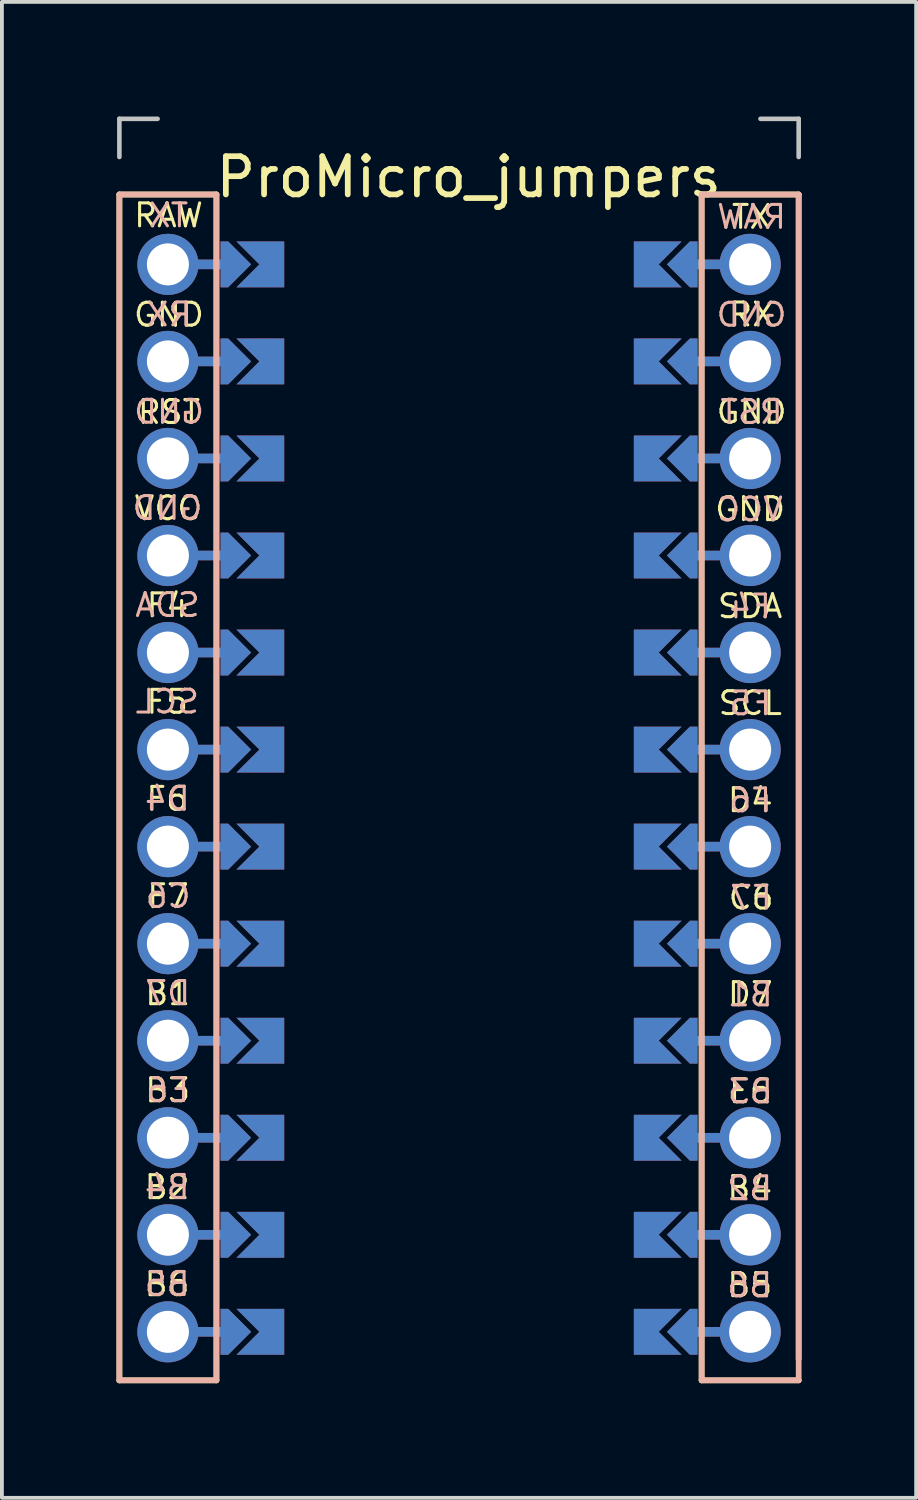
<source format=kicad_pcb>
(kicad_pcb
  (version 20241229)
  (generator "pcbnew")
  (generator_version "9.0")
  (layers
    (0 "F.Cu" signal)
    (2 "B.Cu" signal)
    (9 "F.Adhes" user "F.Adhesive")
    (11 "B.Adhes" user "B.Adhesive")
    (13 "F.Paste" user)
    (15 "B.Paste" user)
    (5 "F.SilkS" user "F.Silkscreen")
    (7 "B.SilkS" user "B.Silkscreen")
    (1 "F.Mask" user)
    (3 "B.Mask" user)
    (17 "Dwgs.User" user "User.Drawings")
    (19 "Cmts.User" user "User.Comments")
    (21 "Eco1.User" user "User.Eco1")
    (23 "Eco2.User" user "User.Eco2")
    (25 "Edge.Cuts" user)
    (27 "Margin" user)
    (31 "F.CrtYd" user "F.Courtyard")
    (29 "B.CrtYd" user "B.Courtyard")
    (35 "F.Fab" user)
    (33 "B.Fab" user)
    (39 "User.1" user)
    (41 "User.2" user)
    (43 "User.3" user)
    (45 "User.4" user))
  (footprint "ProMicro_jumpers"
    (layer "F.Cu")
    (at 8.965 17.84)
    (property "Reference" "ProMicro_jumpers" (at 0.254 -16.256 0) (layer "F.SilkS") (effects (font (size 1 1) (thickness 0.15))))
    (fp_poly (pts (xy -5.08 -14.478) (xy -5.08 -13.462) (xy -6.096 -13.462) (xy -6.096 -14.478)) (stroke (width 0.1) (type solid)) (fill yes) (layer "F.Mask"))
    (fp_poly (pts (xy -5.08 -11.938) (xy -5.08 -10.922) (xy -6.096 -10.922) (xy -6.096 -11.938)) (stroke (width 0.1) (type solid)) (fill yes) (layer "F.Mask"))
    (fp_poly (pts (xy -5.08 -9.398) (xy -5.08 -8.382) (xy -6.096 -8.382) (xy -6.096 -9.398)) (stroke (width 0.1) (type solid)) (fill yes) (layer "F.Mask"))
    (fp_poly (pts (xy -5.08 -6.858) (xy -5.08 -5.842) (xy -6.096 -5.842) (xy -6.096 -6.858)) (stroke (width 0.1) (type solid)) (fill yes) (layer "F.Mask"))
    (fp_poly (pts (xy -5.08 -4.318) (xy -5.08 -3.302) (xy -6.096 -3.302) (xy -6.096 -4.318)) (stroke (width 0.1) (type solid)) (fill yes) (layer "F.Mask"))
    (fp_poly (pts (xy -5.08 -1.778) (xy -5.08 -0.762) (xy -6.096 -0.762) (xy -6.096 -1.778)) (stroke (width 0.1) (type solid)) (fill yes) (layer "F.Mask"))
    (fp_poly (pts (xy -5.08 0.762) (xy -5.08 1.778) (xy -6.096 1.778) (xy -6.096 0.762)) (stroke (width 0.1) (type solid)) (fill yes) (layer "F.Mask"))
    (fp_poly (pts (xy -5.08 3.302) (xy -5.08 4.318) (xy -6.096 4.318) (xy -6.096 3.302)) (stroke (width 0.1) (type solid)) (fill yes) (layer "F.Mask"))
    (fp_poly (pts (xy -5.08 5.842) (xy -5.08 6.858) (xy -6.096 6.858) (xy -6.096 5.842)) (stroke (width 0.1) (type solid)) (fill yes) (layer "F.Mask"))
    (fp_poly (pts (xy -5.08 8.382) (xy -5.08 9.398) (xy -6.096 9.398) (xy -6.096 8.382)) (stroke (width 0.1) (type solid)) (fill yes) (layer "F.Mask"))
    (fp_poly (pts (xy -5.08 10.922) (xy -5.08 11.938) (xy -6.096 11.938) (xy -6.096 10.922)) (stroke (width 0.1) (type solid)) (fill yes) (layer "F.Mask"))
    (fp_poly (pts (xy -5.08 13.462) (xy -5.08 14.478) (xy -6.096 14.478) (xy -6.096 13.462)) (stroke (width 0.1) (type solid)) (fill yes) (layer "F.Mask"))
    (fp_poly (pts (xy 5.08 -13.462) (xy 5.08 -14.478) (xy 6.096 -14.478) (xy 6.096 -13.462)) (stroke (width 0.1) (type solid)) (fill yes) (layer "F.Mask"))
    (fp_poly (pts (xy 5.08 -10.922) (xy 5.08 -11.938) (xy 6.096 -11.938) (xy 6.096 -10.922)) (stroke (width 0.1) (type solid)) (fill yes) (layer "F.Mask"))
    (fp_poly (pts (xy 5.08 -8.382) (xy 5.08 -9.398) (xy 6.096 -9.398) (xy 6.096 -8.382)) (stroke (width 0.1) (type solid)) (fill yes) (layer "F.Mask"))
    (fp_poly (pts (xy 5.08 -5.842) (xy 5.08 -6.858) (xy 6.096 -6.858) (xy 6.096 -5.842)) (stroke (width 0.1) (type solid)) (fill yes) (layer "F.Mask"))
    (fp_poly (pts (xy 5.08 -3.302) (xy 5.08 -4.318) (xy 6.096 -4.318) (xy 6.096 -3.302)) (stroke (width 0.1) (type solid)) (fill yes) (layer "F.Mask"))
    (fp_poly (pts (xy 5.08 -0.762) (xy 5.08 -1.778) (xy 6.096 -1.778) (xy 6.096 -0.762)) (stroke (width 0.1) (type solid)) (fill yes) (layer "F.Mask"))
    (fp_poly (pts (xy 5.08 1.778) (xy 5.08 0.762) (xy 6.096 0.762) (xy 6.096 1.778)) (stroke (width 0.1) (type solid)) (fill yes) (layer "F.Mask"))
    (fp_poly (pts (xy 5.08 4.318) (xy 5.08 3.302) (xy 6.096 3.302) (xy 6.096 4.318)) (stroke (width 0.1) (type solid)) (fill yes) (layer "F.Mask"))
    (fp_poly (pts (xy 5.08 6.858) (xy 5.08 5.842) (xy 6.096 5.842) (xy 6.096 6.858)) (stroke (width 0.1) (type solid)) (fill yes) (layer "F.Mask"))
    (fp_poly (pts (xy 5.08 9.398) (xy 5.08 8.382) (xy 6.096 8.382) (xy 6.096 9.398)) (stroke (width 0.1) (type solid)) (fill yes) (layer "F.Mask"))
    (fp_poly (pts (xy 5.08 11.938) (xy 5.08 10.922) (xy 6.096 10.922) (xy 6.096 11.938)) (stroke (width 0.1) (type solid)) (fill yes) (layer "F.Mask"))
    (fp_poly (pts (xy 5.08 14.478) (xy 5.08 13.462) (xy 6.096 13.462) (xy 6.096 14.478)) (stroke (width 0.1) (type solid)) (fill yes) (layer "F.Mask"))
    (fp_poly (pts (xy -5.08 -14.478) (xy -5.08 -13.462) (xy -6.096 -13.462) (xy -6.096 -14.478)) (stroke (width 0.1) (type solid)) (fill yes) (layer "B.Mask"))
    (fp_poly (pts (xy -5.08 -11.938) (xy -5.08 -10.922) (xy -6.096 -10.922) (xy -6.096 -11.938)) (stroke (width 0.1) (type solid)) (fill yes) (layer "B.Mask"))
    (fp_poly (pts (xy -5.08 -9.398) (xy -5.08 -8.382) (xy -6.096 -8.382) (xy -6.096 -9.398)) (stroke (width 0.1) (type solid)) (fill yes) (layer "B.Mask"))
    (fp_poly (pts (xy -5.08 -6.858) (xy -5.08 -5.842) (xy -6.096 -5.842) (xy -6.096 -6.858)) (stroke (width 0.1) (type solid)) (fill yes) (layer "B.Mask"))
    (fp_poly (pts (xy -5.08 -4.318) (xy -5.08 -3.302) (xy -6.096 -3.302) (xy -6.096 -4.318)) (stroke (width 0.1) (type solid)) (fill yes) (layer "B.Mask"))
    (fp_poly (pts (xy -5.08 -1.778) (xy -5.08 -0.762) (xy -6.096 -0.762) (xy -6.096 -1.778)) (stroke (width 0.1) (type solid)) (fill yes) (layer "B.Mask"))
    (fp_poly (pts (xy -5.08 0.762) (xy -5.08 1.778) (xy -6.096 1.778) (xy -6.096 0.762)) (stroke (width 0.1) (type solid)) (fill yes) (layer "B.Mask"))
    (fp_poly (pts (xy -5.08 3.302) (xy -5.08 4.318) (xy -6.096 4.318) (xy -6.096 3.302)) (stroke (width 0.1) (type solid)) (fill yes) (layer "B.Mask"))
    (fp_poly (pts (xy -5.08 5.842) (xy -5.08 6.858) (xy -6.096 6.858) (xy -6.096 5.842)) (stroke (width 0.1) (type solid)) (fill yes) (layer "B.Mask"))
    (fp_poly (pts (xy -5.08 8.382) (xy -5.08 9.398) (xy -6.096 9.398) (xy -6.096 8.382)) (stroke (width 0.1) (type solid)) (fill yes) (layer "B.Mask"))
    (fp_poly (pts (xy -5.08 10.922) (xy -5.08 11.938) (xy -6.096 11.938) (xy -6.096 10.922)) (stroke (width 0.1) (type solid)) (fill yes) (layer "B.Mask"))
    (fp_poly (pts (xy -5.08 13.462) (xy -5.08 14.478) (xy -6.096 14.478) (xy -6.096 13.462)) (stroke (width 0.1) (type solid)) (fill yes) (layer "B.Mask"))
    (fp_poly (pts (xy 5.08 -13.462) (xy 5.08 -14.478) (xy 6.096 -14.478) (xy 6.096 -13.462)) (stroke (width 0.1) (type solid)) (fill yes) (layer "B.Mask"))
    (fp_poly (pts (xy 5.08 -10.922) (xy 5.08 -11.938) (xy 6.096 -11.938) (xy 6.096 -10.922)) (stroke (width 0.1) (type solid)) (fill yes) (layer "B.Mask"))
    (fp_poly (pts (xy 5.08 -8.382) (xy 5.08 -9.398) (xy 6.096 -9.398) (xy 6.096 -8.382)) (stroke (width 0.1) (type solid)) (fill yes) (layer "B.Mask"))
    (fp_poly (pts (xy 5.08 -5.842) (xy 5.08 -6.858) (xy 6.096 -6.858) (xy 6.096 -5.842)) (stroke (width 0.1) (type solid)) (fill yes) (layer "B.Mask"))
    (fp_poly (pts (xy 5.08 -3.302) (xy 5.08 -4.318) (xy 6.096 -4.318) (xy 6.096 -3.302)) (stroke (width 0.1) (type solid)) (fill yes) (layer "B.Mask"))
    (fp_poly (pts (xy 5.08 -0.762) (xy 5.08 -1.778) (xy 6.096 -1.778) (xy 6.096 -0.762)) (stroke (width 0.1) (type solid)) (fill yes) (layer "B.Mask"))
    (fp_poly (pts (xy 5.08 1.778) (xy 5.08 0.762) (xy 6.096 0.762) (xy 6.096 1.778)) (stroke (width 0.1) (type solid)) (fill yes) (layer "B.Mask"))
    (fp_poly (pts (xy 5.08 4.318) (xy 5.08 3.302) (xy 6.096 3.302) (xy 6.096 4.318)) (stroke (width 0.1) (type solid)) (fill yes) (layer "B.Mask"))
    (fp_poly (pts (xy 5.08 6.858) (xy 5.08 5.842) (xy 6.096 5.842) (xy 6.096 6.858)) (stroke (width 0.1) (type solid)) (fill yes) (layer "B.Mask"))
    (fp_poly (pts (xy 5.08 9.398) (xy 5.08 8.382) (xy 6.096 8.382) (xy 6.096 9.398)) (stroke (width 0.1) (type solid)) (fill yes) (layer "B.Mask"))
    (fp_poly (pts (xy 5.08 11.938) (xy 5.08 10.922) (xy 6.096 10.922) (xy 6.096 11.938)) (stroke (width 0.1) (type solid)) (fill yes) (layer "B.Mask"))
    (fp_poly (pts (xy 5.08 14.478) (xy 5.08 13.462) (xy 6.096 13.462) (xy 6.096 14.478)) (stroke (width 0.1) (type solid)) (fill yes) (layer "B.Mask"))
    (fp_line (start -8.89 -15.799) (end -8.89 15.24) (stroke (width 0.15) (type solid)) (layer "F.SilkS"))
    (fp_line (start -8.89 -15.799) (end -6.35 -15.799) (stroke (width 0.15) (type solid)) (layer "F.SilkS"))
    (fp_line (start -6.35 -15.799) (end -6.35 15.24) (stroke (width 0.15) (type solid)) (layer "F.SilkS"))
    (fp_line (start -6.35 15.24) (end -8.89 15.24) (stroke (width 0.15) (type solid)) (layer "F.SilkS"))
    (fp_line (start 6.35 -15.799) (end 6.35 15.24) (stroke (width 0.15) (type solid)) (layer "F.SilkS"))
    (fp_line (start 6.35 -15.799) (end 8.89 -15.799) (stroke (width 0.15) (type solid)) (layer "F.SilkS"))
    (fp_line (start 6.35 15.24) (end 8.89 15.24) (stroke (width 0.15) (type solid)) (layer "F.SilkS"))
    (fp_line (start 8.89 -15.799) (end 8.89 14.681) (stroke (width 0.15) (type solid)) (layer "F.SilkS"))
    (fp_line (start -8.89 -15.799) (end -8.89 15.24) (stroke (width 0.15) (type solid)) (layer "B.SilkS"))
    (fp_line (start -8.89 -15.799) (end -6.35 -15.799) (stroke (width 0.15) (type solid)) (layer "B.SilkS"))
    (fp_line (start -6.35 -15.799) (end -6.35 15.24) (stroke (width 0.15) (type solid)) (layer "B.SilkS"))
    (fp_line (start -6.35 15.24) (end -8.89 15.24) (stroke (width 0.15) (type solid)) (layer "B.SilkS"))
    (fp_line (start 6.35 -15.799) (end 6.35 15.24) (stroke (width 0.15) (type solid)) (layer "B.SilkS"))
    (fp_line (start 6.35 -15.799) (end 8.89 -15.799) (stroke (width 0.15) (type solid)) (layer "B.SilkS"))
    (fp_line (start 6.35 15.24) (end 8.89 15.24) (stroke (width 0.15) (type solid)) (layer "B.SilkS"))
    (fp_line (start 8.89 -15.799) (end 8.89 15.24) (stroke (width 0.15) (type solid)) (layer "B.SilkS"))
    (fp_line (start -8.89 -17.78) (end -8.89 -16.78) (stroke (width 0.12) (type solid)) (layer "Dwgs.User"))
    (fp_line (start -8.89 -17.78) (end -7.89 -17.78) (stroke (width 0.12) (type solid)) (layer "Dwgs.User"))
    (fp_line (start 8.89 -17.78) (end 7.89 -17.78) (stroke (width 0.12) (type solid)) (layer "Dwgs.User"))
    (fp_line (start 8.89 -17.78) (end 8.89 -16.78) (stroke (width 0.12) (type solid)) (layer "Dwgs.User"))
    (fp_text user "GND" (at 7.619 -7.563 180) (layer "F.SilkS") (effects (font (size 0.6 0.6) (thickness 0.08))))
    (fp_text user "RST" (at -7.592 -10.106 180) (layer "F.SilkS") (effects (font (size 0.6 0.6) (thickness 0.08))))
    (fp_text user "B1" (at -7.626 5.108 180) (layer "F.SilkS") (effects (font (size 0.6 0.6) (thickness 0.08))))
    (fp_text user "GND" (at 7.658 -10.113 180) (layer "F.SilkS") (effects (font (size 0.6 0.6) (thickness 0.08))))
    (fp_text user "D7" (at 7.625 5.131 180) (layer "F.SilkS") (effects (font (size 0.6 0.6) (thickness 0.08))))
    (fp_text user "RX" (at 7.658 -12.659 180) (layer "F.SilkS") (effects (font (size 0.6 0.6) (thickness 0.08))))
    (fp_text user "TX" (at 7.656 -15.213 180) (layer "F.SilkS") (effects (font (size 0.6 0.6) (thickness 0.08))))
    (fp_text user "GND" (at -7.594 -12.653 180) (layer "F.SilkS") (effects (font (size 0.6 0.6) (thickness 0.08))))
    (fp_text user "F4" (at -7.632 -5.046 180) (layer "F.SilkS") (effects (font (size 0.6 0.6) (thickness 0.08))))
    (fp_text user "F7" (at -7.617 2.569 180) (layer "F.SilkS") (effects (font (size 0.6 0.6) (thickness 0.08))))
    (fp_text user "B5" (at 7.61 12.748 180) (layer "F.SilkS") (effects (font (size 0.6 0.6) (thickness 0.08))))
    (fp_text user "F6" (at -7.638 0.02 180) (layer "F.SilkS") (effects (font (size 0.6 0.6) (thickness 0.08))))
    (fp_text user "RAW" (at -7.604 -15.253 180) (layer "F.SilkS") (effects (font (size 0.6 0.6) (thickness 0.08))))
    (fp_text user "C6" (at 7.645 2.603 180) (layer "F.SilkS") (effects (font (size 0.6 0.6) (thickness 0.08))))
    (fp_text user "SDA" (at 7.619 -5.023 180) (layer "F.SilkS") (effects (font (size 0.6 0.6) (thickness 0.08))))
    (fp_text user "SCL" (at 7.624 -2.486 180) (layer "F.SilkS") (effects (font (size 0.6 0.6) (thickness 0.08))))
    (fp_text user "E6" (at 7.625 7.671 180) (layer "F.SilkS") (effects (font (size 0.6 0.6) (thickness 0.08))))
    (fp_text user "B4" (at 7.61 10.207 180) (layer "F.SilkS") (effects (font (size 0.6 0.6) (thickness 0.08))))
    (fp_text user "B2" (at -7.642 10.184 180) (layer "F.SilkS") (effects (font (size 0.6 0.6) (thickness 0.08))))
    (fp_text user "VCC" (at -7.632 -7.586 180) (layer "F.SilkS") (effects (font (size 0.6 0.6) (thickness 0.08))))
    (fp_text user "B6" (at -7.642 12.724 180) (layer "F.SilkS") (effects (font (size 0.6 0.6) (thickness 0.08))))
    (fp_text user "D4" (at 7.624 0.054 180) (layer "F.SilkS") (effects (font (size 0.6 0.6) (thickness 0.08))))
    (fp_text user "F5" (at -7.638 -2.52 180) (layer "F.SilkS") (effects (font (size 0.6 0.6) (thickness 0.08))))
    (fp_text user "B3" (at -7.626 7.648 180) (layer "F.SilkS") (effects (font (size 0.6 0.6) (thickness 0.08))))
    (fp_text user "B3" (at 7.624 7.678 180) (layer "B.SilkS") (effects (font (size 0.6 0.6) (thickness 0.08)) (justify mirror)))
    (fp_text user "B4" (at -7.64 10.178 180) (layer "B.SilkS") (effects (font (size 0.6 0.6) (thickness 0.08)) (justify mirror)))
    (fp_text user "F6" (at 7.622 0.06 180) (layer "B.SilkS") (effects (font (size 0.6 0.6) (thickness 0.08)) (justify mirror)))
    (fp_text user "D7" (at -7.625 5.101 180) (layer "B.SilkS") (effects (font (size 0.6 0.6) (thickness 0.08)) (justify mirror)))
    (fp_text user "B1" (at 7.624 5.138 180) (layer "B.SilkS") (effects (font (size 0.6 0.6) (thickness 0.08)) (justify mirror)))
    (fp_text user "F4" (at 7.618 -5.016 180) (layer "B.SilkS") (effects (font (size 0.6 0.6) (thickness 0.08)) (justify mirror)))
    (fp_text user "E6" (at -7.625 7.641 180) (layer "B.SilkS") (effects (font (size 0.6 0.6) (thickness 0.08)) (justify mirror)))
    (fp_text user "B5" (at -7.64 12.717 180) (layer "B.SilkS") (effects (font (size 0.6 0.6) (thickness 0.08)) (justify mirror)))
    (fp_text user "D4" (at -7.636 0.014 180) (layer "B.SilkS") (effects (font (size 0.6 0.6) (thickness 0.08)) (justify mirror)))
    (fp_text user "C6" (at -7.615 2.563 180) (layer "B.SilkS") (effects (font (size 0.6 0.6) (thickness 0.08)) (justify mirror)))
    (fp_text user "GND" (at -7.631 -7.593 180) (layer "B.SilkS") (effects (font (size 0.6 0.6) (thickness 0.08)) (justify mirror)))
    (fp_text user "SCL" (at -7.636 -2.526 180) (layer "B.SilkS") (effects (font (size 0.6 0.6) (thickness 0.08)) (justify mirror)))
    (fp_text user "F7" (at 7.643 2.609 180) (layer "B.SilkS") (effects (font (size 0.6 0.6) (thickness 0.08)) (justify mirror)))
    (fp_text user "B2" (at 7.608 10.214 180) (layer "B.SilkS") (effects (font (size 0.6 0.6) (thickness 0.08)) (justify mirror)))
    (fp_text user "RX" (at -7.592 -12.66 180) (layer "B.SilkS") (effects (font (size 0.6 0.6) (thickness 0.08)) (justify mirror)))
    (fp_text user "TX" (at -7.604 -15.253 180) (layer "B.SilkS") (effects (font (size 0.6 0.6) (thickness 0.08)) (justify mirror)))
    (fp_text user "RST" (at 7.656 -10.106 180) (layer "B.SilkS") (effects (font (size 0.6 0.6) (thickness 0.08)) (justify mirror)))
    (fp_text user "F5" (at 7.622 -2.48 180) (layer "B.SilkS") (effects (font (size 0.6 0.6) (thickness 0.08)) (justify mirror)))
    (fp_text user "B6" (at 7.608 12.754 180) (layer "B.SilkS") (effects (font (size 0.6 0.6) (thickness 0.08)) (justify mirror)))
    (fp_text user "VCC" (at 7.618 -7.556 180) (layer "B.SilkS") (effects (font (size 0.6 0.6) (thickness 0.08)) (justify mirror)))
    (fp_text user "SDA" (at -7.631 -5.053 180) (layer "B.SilkS") (effects (font (size 0.6 0.6) (thickness 0.08)) (justify mirror)))
    (fp_text user "GND" (at 7.656 -12.652 180) (layer "B.SilkS") (effects (font (size 0.6 0.6) (thickness 0.08)) (justify mirror)))
    (fp_text user "RAW" (at 7.656 -15.213 180) (layer "B.SilkS") (effects (font (size 0.6 0.6) (thickness 0.08)) (justify mirror)))
    (fp_text user "GND" (at -7.59 -10.113 180) (layer "B.SilkS") (effects (font (size 0.6 0.6) (thickness 0.08)) (justify mirror)))
    (pad "" thru_hole circle (at -7.62 -13.97 270) (size 1.6 1.6) (drill 1.1) (layers "*.Cu" "*.Mask"))
    (pad "" thru_hole circle (at -7.62 -11.43 270) (size 1.6 1.6) (drill 1.1) (layers "*.Cu" "*.Mask"))
    (pad "" thru_hole circle (at -7.62 -8.89 270) (size 1.6 1.6) (drill 1.1) (layers "*.Cu" "*.Mask"))
    (pad "" thru_hole circle (at -7.62 -6.35 270) (size 1.6 1.6) (drill 1.1) (layers "*.Cu" "*.Mask"))
    (pad "" thru_hole circle (at -7.62 -3.81 270) (size 1.6 1.6) (drill 1.1) (layers "*.Cu" "*.Mask"))
    (pad "" thru_hole circle (at -7.62 -1.27 270) (size 1.6 1.6) (drill 1.1) (layers "*.Cu" "*.Mask"))
    (pad "" thru_hole circle (at -7.62 1.27 270) (size 1.6 1.6) (drill 1.1) (layers "*.Cu" "*.Mask"))
    (pad "" thru_hole circle (at -7.62 3.81 270) (size 1.6 1.6) (drill 1.1) (layers "*.Cu" "*.Mask"))
    (pad "" thru_hole circle (at -7.62 6.35 270) (size 1.6 1.6) (drill 1.1) (layers "*.Cu" "*.Mask"))
    (pad "" thru_hole circle (at -7.62 8.89 270) (size 1.6 1.6) (drill 1.1) (layers "*.Cu" "*.Mask"))
    (pad "" thru_hole circle (at -7.62 11.43 270) (size 1.6 1.6) (drill 1.1) (layers "*.Cu" "*.Mask"))
    (pad "" thru_hole circle (at -7.62 13.97 270) (size 1.6 1.6) (drill 1.1) (layers "*.Cu" "*.Mask"))
    (pad "" smd custom (at -6.35 -13.97 90) (size 0.25 1) (layers "F.Cu") (options (anchor rect)) (primitives))
    (pad "" smd custom (at -6.35 -13.97 90) (size 0.25 1) (layers "B.Cu") (options (anchor rect)) (primitives))
    (pad "" smd custom (at -6.35 -11.43 90) (size 0.25 1) (layers "F.Cu") (options (anchor rect)) (primitives))
    (pad "" smd custom (at -6.35 -11.43 90) (size 0.25 1) (layers "B.Cu") (options (anchor rect)) (primitives))
    (pad "" smd custom (at -6.35 -8.89 90) (size 0.25 1) (layers "F.Cu") (options (anchor rect)) (primitives))
    (pad "" smd custom (at -6.35 -8.89 90) (size 0.25 1) (layers "B.Cu") (options (anchor rect)) (primitives))
    (pad "" smd custom (at -6.35 -6.35 90) (size 0.25 1) (layers "F.Cu") (options (anchor rect)) (primitives))
    (pad "" smd custom (at -6.35 -6.35 90) (size 0.25 1) (layers "B.Cu") (options (anchor rect)) (primitives))
    (pad "" smd custom (at -6.35 -3.81 90) (size 0.25 1) (layers "F.Cu") (options (anchor rect)) (primitives))
    (pad "" smd custom (at -6.35 -3.81 90) (size 0.25 1) (layers "B.Cu") (options (anchor rect)) (primitives))
    (pad "" smd custom (at -6.35 -1.27 90) (size 0.25 1) (layers "F.Cu") (options (anchor rect)) (primitives))
    (pad "" smd custom (at -6.35 -1.27 90) (size 0.25 1) (layers "B.Cu") (options (anchor rect)) (primitives))
    (pad "" smd custom (at -6.35 1.27 90) (size 0.25 1) (layers "F.Cu") (options (anchor rect)) (primitives))
    (pad "" smd custom (at -6.35 1.27 90) (size 0.25 1) (layers "B.Cu") (options (anchor rect)) (primitives))
    (pad "" smd custom (at -6.35 3.81 90) (size 0.25 1) (layers "F.Cu") (options (anchor rect)) (primitives))
    (pad "" smd custom (at -6.35 3.81 90) (size 0.25 1) (layers "B.Cu") (options (anchor rect)) (primitives))
    (pad "" smd custom (at -6.35 6.35 90) (size 0.25 1) (layers "F.Cu") (options (anchor rect)) (primitives))
    (pad "" smd custom (at -6.35 6.35 90) (size 0.25 1) (layers "B.Cu") (options (anchor rect)) (primitives))
    (pad "" smd custom (at -6.35 8.89 90) (size 0.25 1) (layers "F.Cu") (options (anchor rect)) (primitives))
    (pad "" smd custom (at -6.35 8.89 90) (size 0.25 1) (layers "B.Cu") (options (anchor rect)) (primitives))
    (pad "" smd custom (at -6.35 11.43 90) (size 0.25 1) (layers "F.Cu") (options (anchor rect)) (primitives))
    (pad "" smd custom (at -6.35 11.43 90) (size 0.25 1) (layers "B.Cu") (options (anchor rect)) (primitives))
    (pad "" smd custom (at -6.35 13.97 90) (size 0.25 1) (layers "F.Cu") (options (anchor rect)) (primitives))
    (pad "" smd custom (at -6.35 13.97 90) (size 0.25 1) (layers "B.Cu") (options (anchor rect)) (primitives))
    (pad "" smd custom (at -5.842 -13.97 90) (size 0.1 0.1) (layers "F.Cu" "F.Mask") (options (anchor rect)) (primitives (gr_poly (pts (xy 0.6 -0.2) (xy 0 0.4) (xy -0.6 -0.2) (xy -0.6 -0.4) (xy 0.6 -0.4)) (width 0) (fill yes))))
    (pad "" smd custom (at -5.842 -13.97 90) (size 0.1 0.1) (layers "B.Cu" "B.Mask") (options (anchor rect)) (primitives (gr_poly (pts (xy 0.6 -0.2) (xy 0 0.4) (xy -0.6 -0.2) (xy -0.6 -0.4) (xy 0.6 -0.4)) (width 0) (fill yes))))
    (pad "" smd custom (at -5.842 -11.43 90) (size 0.1 0.1) (layers "F.Cu" "F.Mask") (options (anchor rect)) (primitives (gr_poly (pts (xy 0.6 -0.2) (xy 0 0.4) (xy -0.6 -0.2) (xy -0.6 -0.4) (xy 0.6 -0.4)) (width 0) (fill yes))))
    (pad "" smd custom (at -5.842 -11.43 90) (size 0.1 0.1) (layers "B.Cu" "B.Mask") (options (anchor rect)) (primitives (gr_poly (pts (xy 0.6 -0.2) (xy 0 0.4) (xy -0.6 -0.2) (xy -0.6 -0.4) (xy 0.6 -0.4)) (width 0) (fill yes))))
    (pad "" smd custom (at -5.842 -8.89 90) (size 0.1 0.1) (layers "F.Cu" "F.Mask") (options (anchor rect)) (primitives (gr_poly (pts (xy 0.6 -0.2) (xy 0 0.4) (xy -0.6 -0.2) (xy -0.6 -0.4) (xy 0.6 -0.4)) (width 0) (fill yes))))
    (pad "" smd custom (at -5.842 -8.89 90) (size 0.1 0.1) (layers "B.Cu" "B.Mask") (options (anchor rect)) (primitives (gr_poly (pts (xy 0.6 -0.2) (xy 0 0.4) (xy -0.6 -0.2) (xy -0.6 -0.4) (xy 0.6 -0.4)) (width 0) (fill yes))))
    (pad "" smd custom (at -5.842 -6.35 90) (size 0.1 0.1) (layers "F.Cu" "F.Mask") (options (anchor rect)) (primitives (gr_poly (pts (xy 0.6 -0.2) (xy 0 0.4) (xy -0.6 -0.2) (xy -0.6 -0.4) (xy 0.6 -0.4)) (width 0) (fill yes))))
    (pad "" smd custom (at -5.842 -6.35 90) (size 0.1 0.1) (layers "B.Cu" "B.Mask") (options (anchor rect)) (primitives (gr_poly (pts (xy 0.6 -0.2) (xy 0 0.4) (xy -0.6 -0.2) (xy -0.6 -0.4) (xy 0.6 -0.4)) (width 0) (fill yes))))
    (pad "" smd custom (at -5.842 -3.81 90) (size 0.1 0.1) (layers "F.Cu" "F.Mask") (options (anchor rect)) (primitives (gr_poly (pts (xy 0.6 -0.2) (xy 0 0.4) (xy -0.6 -0.2) (xy -0.6 -0.4) (xy 0.6 -0.4)) (width 0) (fill yes))))
    (pad "" smd custom (at -5.842 -3.81 90) (size 0.1 0.1) (layers "B.Cu" "B.Mask") (options (anchor rect)) (primitives (gr_poly (pts (xy 0.6 -0.2) (xy 0 0.4) (xy -0.6 -0.2) (xy -0.6 -0.4) (xy 0.6 -0.4)) (width 0) (fill yes))))
    (pad "" smd custom (at -5.842 -1.27 90) (size 0.1 0.1) (layers "F.Cu" "F.Mask") (options (anchor rect)) (primitives (gr_poly (pts (xy 0.6 -0.2) (xy 0 0.4) (xy -0.6 -0.2) (xy -0.6 -0.4) (xy 0.6 -0.4)) (width 0) (fill yes))))
    (pad "" smd custom (at -5.842 -1.27 90) (size 0.1 0.1) (layers "B.Cu" "B.Mask") (options (anchor rect)) (primitives (gr_poly (pts (xy 0.6 -0.2) (xy 0 0.4) (xy -0.6 -0.2) (xy -0.6 -0.4) (xy 0.6 -0.4)) (width 0) (fill yes))))
    (pad "" smd custom (at -5.842 1.27 90) (size 0.1 0.1) (layers "F.Cu" "F.Mask") (options (anchor rect)) (primitives (gr_poly (pts (xy 0.6 -0.2) (xy 0 0.4) (xy -0.6 -0.2) (xy -0.6 -0.4) (xy 0.6 -0.4)) (width 0) (fill yes))))
    (pad "" smd custom (at -5.842 1.27 90) (size 0.1 0.1) (layers "B.Cu" "B.Mask") (options (anchor rect)) (primitives (gr_poly (pts (xy 0.6 -0.2) (xy 0 0.4) (xy -0.6 -0.2) (xy -0.6 -0.4) (xy 0.6 -0.4)) (width 0) (fill yes))))
    (pad "" smd custom (at -5.842 3.81 90) (size 0.1 0.1) (layers "F.Cu" "F.Mask") (options (anchor rect)) (primitives (gr_poly (pts (xy 0.6 -0.2) (xy 0 0.4) (xy -0.6 -0.2) (xy -0.6 -0.4) (xy 0.6 -0.4)) (width 0) (fill yes))))
    (pad "" smd custom (at -5.842 3.81 90) (size 0.1 0.1) (layers "B.Cu" "B.Mask") (options (anchor rect)) (primitives (gr_poly (pts (xy 0.6 -0.2) (xy 0 0.4) (xy -0.6 -0.2) (xy -0.6 -0.4) (xy 0.6 -0.4)) (width 0) (fill yes))))
    (pad "" smd custom (at -5.842 6.35 90) (size 0.1 0.1) (layers "F.Cu" "F.Mask") (options (anchor rect)) (primitives (gr_poly (pts (xy 0.6 -0.2) (xy 0 0.4) (xy -0.6 -0.2) (xy -0.6 -0.4) (xy 0.6 -0.4)) (width 0) (fill yes))))
    (pad "" smd custom (at -5.842 6.35 90) (size 0.1 0.1) (layers "B.Cu" "B.Mask") (options (anchor rect)) (primitives (gr_poly (pts (xy 0.6 -0.2) (xy 0 0.4) (xy -0.6 -0.2) (xy -0.6 -0.4) (xy 0.6 -0.4)) (width 0) (fill yes))))
    (pad "" smd custom (at -5.842 8.89 90) (size 0.1 0.1) (layers "F.Cu" "F.Mask") (options (anchor rect)) (primitives (gr_poly (pts (xy 0.6 -0.2) (xy 0 0.4) (xy -0.6 -0.2) (xy -0.6 -0.4) (xy 0.6 -0.4)) (width 0) (fill yes))))
    (pad "" smd custom (at -5.842 8.89 90) (size 0.1 0.1) (layers "B.Cu" "B.Mask") (options (anchor rect)) (primitives (gr_poly (pts (xy 0.6 -0.2) (xy 0 0.4) (xy -0.6 -0.2) (xy -0.6 -0.4) (xy 0.6 -0.4)) (width 0) (fill yes))))
    (pad "" smd custom (at -5.842 11.43 90) (size 0.1 0.1) (layers "F.Cu" "F.Mask") (options (anchor rect)) (primitives (gr_poly (pts (xy 0.6 -0.2) (xy 0 0.4) (xy -0.6 -0.2) (xy -0.6 -0.4) (xy 0.6 -0.4)) (width 0) (fill yes))))
    (pad "" smd custom (at -5.842 11.43 90) (size 0.1 0.1) (layers "B.Cu" "B.Mask") (options (anchor rect)) (primitives (gr_poly (pts (xy 0.6 -0.2) (xy 0 0.4) (xy -0.6 -0.2) (xy -0.6 -0.4) (xy 0.6 -0.4)) (width 0) (fill yes))))
    (pad "" smd custom (at -5.842 13.97 90) (size 0.1 0.1) (layers "F.Cu" "F.Mask") (options (anchor rect)) (primitives (gr_poly (pts (xy 0.6 -0.2) (xy 0 0.4) (xy -0.6 -0.2) (xy -0.6 -0.4) (xy 0.6 -0.4)) (width 0) (fill yes))))
    (pad "" smd custom (at -5.842 13.97 90) (size 0.1 0.1) (layers "B.Cu" "B.Mask") (options (anchor rect)) (primitives (gr_poly (pts (xy 0.6 -0.2) (xy 0 0.4) (xy -0.6 -0.2) (xy -0.6 -0.4) (xy 0.6 -0.4)) (width 0) (fill yes))))
    (pad "" smd custom (at 5.842 -13.97 270) (size 0.1 0.1) (layers "F.Cu" "F.Mask") (options (anchor rect)) (primitives (gr_poly (pts (xy 0.6 -0.2) (xy 0 0.4) (xy -0.6 -0.2) (xy -0.6 -0.4) (xy 0.6 -0.4)) (width 0) (fill yes))))
    (pad "" smd custom (at 5.842 -13.97 270) (size 0.1 0.1) (layers "B.Cu" "B.Mask") (options (anchor rect)) (primitives (gr_poly (pts (xy 0.6 -0.2) (xy 0 0.4) (xy -0.6 -0.2) (xy -0.6 -0.4) (xy 0.6 -0.4)) (width 0) (fill yes))))
    (pad "" smd custom (at 5.842 -11.43 270) (size 0.1 0.1) (layers "F.Cu" "F.Mask") (options (anchor rect)) (primitives (gr_poly (pts (xy 0.6 -0.2) (xy 0 0.4) (xy -0.6 -0.2) (xy -0.6 -0.4) (xy 0.6 -0.4)) (width 0) (fill yes))))
    (pad "" smd custom (at 5.842 -11.43 270) (size 0.1 0.1) (layers "B.Cu" "B.Mask") (options (anchor rect)) (primitives (gr_poly (pts (xy 0.6 -0.2) (xy 0 0.4) (xy -0.6 -0.2) (xy -0.6 -0.4) (xy 0.6 -0.4)) (width 0) (fill yes))))
    (pad "" smd custom (at 5.842 -8.89 270) (size 0.1 0.1) (layers "F.Cu" "F.Mask") (options (anchor rect)) (primitives (gr_poly (pts (xy 0.6 -0.2) (xy 0 0.4) (xy -0.6 -0.2) (xy -0.6 -0.4) (xy 0.6 -0.4)) (width 0) (fill yes))))
    (pad "" smd custom (at 5.842 -8.89 270) (size 0.1 0.1) (layers "B.Cu" "B.Mask") (options (anchor rect)) (primitives (gr_poly (pts (xy 0.6 -0.2) (xy 0 0.4) (xy -0.6 -0.2) (xy -0.6 -0.4) (xy 0.6 -0.4)) (width 0) (fill yes))))
    (pad "" smd custom (at 5.842 -6.35 270) (size 0.1 0.1) (layers "F.Cu" "F.Mask") (options (anchor rect)) (primitives (gr_poly (pts (xy 0.6 -0.2) (xy 0 0.4) (xy -0.6 -0.2) (xy -0.6 -0.4) (xy 0.6 -0.4)) (width 0) (fill yes))))
    (pad "" smd custom (at 5.842 -6.35 270) (size 0.1 0.1) (layers "B.Cu" "B.Mask") (options (anchor rect)) (primitives (gr_poly (pts (xy 0.6 -0.2) (xy 0 0.4) (xy -0.6 -0.2) (xy -0.6 -0.4) (xy 0.6 -0.4)) (width 0) (fill yes))))
    (pad "" smd custom (at 5.842 -3.81 270) (size 0.1 0.1) (layers "F.Cu" "F.Mask") (options (anchor rect)) (primitives (gr_poly (pts (xy 0.6 -0.2) (xy 0 0.4) (xy -0.6 -0.2) (xy -0.6 -0.4) (xy 0.6 -0.4)) (width 0) (fill yes))))
    (pad "" smd custom (at 5.842 -3.81 270) (size 0.1 0.1) (layers "B.Cu" "B.Mask") (options (anchor rect)) (primitives (gr_poly (pts (xy 0.6 -0.2) (xy 0 0.4) (xy -0.6 -0.2) (xy -0.6 -0.4) (xy 0.6 -0.4)) (width 0) (fill yes))))
    (pad "" smd custom (at 5.842 -1.27 270) (size 0.1 0.1) (layers "F.Cu" "F.Mask") (options (anchor rect)) (primitives (gr_poly (pts (xy 0.6 -0.2) (xy 0 0.4) (xy -0.6 -0.2) (xy -0.6 -0.4) (xy 0.6 -0.4)) (width 0) (fill yes))))
    (pad "" smd custom (at 5.842 -1.27 270) (size 0.1 0.1) (layers "B.Cu" "B.Mask") (options (anchor rect)) (primitives (gr_poly (pts (xy 0.6 -0.2) (xy 0 0.4) (xy -0.6 -0.2) (xy -0.6 -0.4) (xy 0.6 -0.4)) (width 0) (fill yes))))
    (pad "" smd custom (at 5.842 1.27 270) (size 0.1 0.1) (layers "F.Cu" "F.Mask") (options (anchor rect)) (primitives (gr_poly (pts (xy 0.6 -0.2) (xy 0 0.4) (xy -0.6 -0.2) (xy -0.6 -0.4) (xy 0.6 -0.4)) (width 0) (fill yes))))
    (pad "" smd custom (at 5.842 1.27 270) (size 0.1 0.1) (layers "B.Cu" "B.Mask") (options (anchor rect)) (primitives (gr_poly (pts (xy 0.6 -0.2) (xy 0 0.4) (xy -0.6 -0.2) (xy -0.6 -0.4) (xy 0.6 -0.4)) (width 0) (fill yes))))
    (pad "" smd custom (at 5.842 3.81 270) (size 0.1 0.1) (layers "F.Cu" "F.Mask") (options (anchor rect)) (primitives (gr_poly (pts (xy 0.6 -0.2) (xy 0 0.4) (xy -0.6 -0.2) (xy -0.6 -0.4) (xy 0.6 -0.4)) (width 0) (fill yes))))
    (pad "" smd custom (at 5.842 3.81 270) (size 0.1 0.1) (layers "B.Cu" "B.Mask") (options (anchor rect)) (primitives (gr_poly (pts (xy 0.6 -0.2) (xy 0 0.4) (xy -0.6 -0.2) (xy -0.6 -0.4) (xy 0.6 -0.4)) (width 0) (fill yes))))
    (pad "" smd custom (at 5.842 6.35 270) (size 0.1 0.1) (layers "F.Cu" "F.Mask") (options (anchor rect)) (primitives (gr_poly (pts (xy 0.6 -0.2) (xy 0 0.4) (xy -0.6 -0.2) (xy -0.6 -0.4) (xy 0.6 -0.4)) (width 0) (fill yes))))
    (pad "" smd custom (at 5.842 6.35 270) (size 0.1 0.1) (layers "B.Cu" "B.Mask") (options (anchor rect)) (primitives (gr_poly (pts (xy 0.6 -0.2) (xy 0 0.4) (xy -0.6 -0.2) (xy -0.6 -0.4) (xy 0.6 -0.4)) (width 0) (fill yes))))
    (pad "" smd custom (at 5.842 8.89 270) (size 0.1 0.1) (layers "F.Cu" "F.Mask") (options (anchor rect)) (primitives (gr_poly (pts (xy 0.6 -0.2) (xy 0 0.4) (xy -0.6 -0.2) (xy -0.6 -0.4) (xy 0.6 -0.4)) (width 0) (fill yes))))
    (pad "" smd custom (at 5.842 8.89 270) (size 0.1 0.1) (layers "B.Cu" "B.Mask") (options (anchor rect)) (primitives (gr_poly (pts (xy 0.6 -0.2) (xy 0 0.4) (xy -0.6 -0.2) (xy -0.6 -0.4) (xy 0.6 -0.4)) (width 0) (fill yes))))
    (pad "" smd custom (at 5.842 11.43 270) (size 0.1 0.1) (layers "F.Cu" "F.Mask") (options (anchor rect)) (primitives (gr_poly (pts (xy 0.6 -0.2) (xy 0 0.4) (xy -0.6 -0.2) (xy -0.6 -0.4) (xy 0.6 -0.4)) (width 0) (fill yes))))
    (pad "" smd custom (at 5.842 11.43 270) (size 0.1 0.1) (layers "B.Cu" "B.Mask") (options (anchor rect)) (primitives (gr_poly (pts (xy 0.6 -0.2) (xy 0 0.4) (xy -0.6 -0.2) (xy -0.6 -0.4) (xy 0.6 -0.4)) (width 0) (fill yes))))
    (pad "" smd custom (at 5.842 13.97 270) (size 0.1 0.1) (layers "F.Cu" "F.Mask") (options (anchor rect)) (primitives (gr_poly (pts (xy 0.6 -0.2) (xy 0 0.4) (xy -0.6 -0.2) (xy -0.6 -0.4) (xy 0.6 -0.4)) (width 0) (fill yes))))
    (pad "" smd custom (at 5.842 13.97 270) (size 0.1 0.1) (layers "B.Cu" "B.Mask") (options (anchor rect)) (primitives (gr_poly (pts (xy 0.6 -0.2) (xy 0 0.4) (xy -0.6 -0.2) (xy -0.6 -0.4) (xy 0.6 -0.4)) (width 0) (fill yes))))
    (pad "" smd custom (at 6.35 -13.97 270) (size 0.25 1) (layers "F.Cu") (options (anchor rect)) (primitives))
    (pad "" smd custom (at 6.35 -13.97 270) (size 0.25 1) (layers "B.Cu") (options (anchor rect)) (primitives))
    (pad "" smd custom (at 6.35 -11.43 270) (size 0.25 1) (layers "F.Cu") (options (anchor rect)) (primitives))
    (pad "" smd custom (at 6.35 -11.43 270) (size 0.25 1) (layers "B.Cu") (options (anchor rect)) (primitives))
    (pad "" smd custom (at 6.35 -8.89 270) (size 0.25 1) (layers "F.Cu") (options (anchor rect)) (primitives))
    (pad "" smd custom (at 6.35 -8.89 270) (size 0.25 1) (layers "B.Cu") (options (anchor rect)) (primitives))
    (pad "" smd custom (at 6.35 -6.35 270) (size 0.25 1) (layers "F.Cu") (options (anchor rect)) (primitives))
    (pad "" smd custom (at 6.35 -6.35 270) (size 0.25 1) (layers "B.Cu") (options (anchor rect)) (primitives))
    (pad "" smd custom (at 6.35 -3.81 270) (size 0.25 1) (layers "F.Cu") (options (anchor rect)) (primitives))
    (pad "" smd custom (at 6.35 -3.81 270) (size 0.25 1) (layers "B.Cu") (options (anchor rect)) (primitives))
    (pad "" smd custom (at 6.35 -1.27 270) (size 0.25 1) (layers "F.Cu") (options (anchor rect)) (primitives))
    (pad "" smd custom (at 6.35 -1.27 270) (size 0.25 1) (layers "B.Cu") (options (anchor rect)) (primitives))
    (pad "" smd custom (at 6.35 1.27 270) (size 0.25 1) (layers "F.Cu") (options (anchor rect)) (primitives))
    (pad "" smd custom (at 6.35 1.27 270) (size 0.25 1) (layers "B.Cu") (options (anchor rect)) (primitives))
    (pad "" smd custom (at 6.35 3.81 270) (size 0.25 1) (layers "F.Cu") (options (anchor rect)) (primitives))
    (pad "" smd custom (at 6.35 3.81 270) (size 0.25 1) (layers "B.Cu") (options (anchor rect)) (primitives))
    (pad "" smd custom (at 6.35 6.35 270) (size 0.25 1) (layers "F.Cu") (options (anchor rect)) (primitives))
    (pad "" smd custom (at 6.35 6.35 270) (size 0.25 1) (layers "B.Cu") (options (anchor rect)) (primitives))
    (pad "" smd custom (at 6.35 8.89 270) (size 0.25 1) (layers "F.Cu") (options (anchor rect)) (primitives))
    (pad "" smd custom (at 6.35 8.89 270) (size 0.25 1) (layers "B.Cu") (options (anchor rect)) (primitives))
    (pad "" smd custom (at 6.35 11.43 270) (size 0.25 1) (layers "F.Cu") (options (anchor rect)) (primitives))
    (pad "" smd custom (at 6.35 11.43 270) (size 0.25 1) (layers "B.Cu") (options (anchor rect)) (primitives))
    (pad "" smd custom (at 6.35 13.97 270) (size 0.25 1) (layers "F.Cu") (options (anchor rect)) (primitives))
    (pad "" smd custom (at 6.35 13.97 270) (size 0.25 1) (layers "B.Cu") (options (anchor rect)) (primitives))
    (pad "" thru_hole circle (at 7.62 -13.97 270) (size 1.6 1.6) (drill 1.1) (layers "*.Cu" "*.Mask"))
    (pad "" thru_hole circle (at 7.62 -11.43 270) (size 1.6 1.6) (drill 1.1) (layers "*.Cu" "*.Mask"))
    (pad "" thru_hole circle (at 7.62 -8.89 270) (size 1.6 1.6) (drill 1.1) (layers "*.Cu" "*.Mask"))
    (pad "" thru_hole circle (at 7.62 -6.35 270) (size 1.6 1.6) (drill 1.1) (layers "*.Cu" "*.Mask"))
    (pad "" thru_hole circle (at 7.62 -3.81 270) (size 1.6 1.6) (drill 1.1) (layers "*.Cu" "*.Mask"))
    (pad "" thru_hole circle (at 7.62 -1.27 270) (size 1.6 1.6) (drill 1.1) (layers "*.Cu" "*.Mask"))
    (pad "" thru_hole circle (at 7.62 1.27 270) (size 1.6 1.6) (drill 1.1) (layers "*.Cu" "*.Mask"))
    (pad "" thru_hole circle (at 7.62 3.81 270) (size 1.6 1.6) (drill 1.1) (layers "*.Cu" "*.Mask"))
    (pad "" thru_hole circle (at 7.62 6.35 270) (size 1.6 1.6) (drill 1.1) (layers "*.Cu" "*.Mask"))
    (pad "" thru_hole circle (at 7.62 8.89 270) (size 1.6 1.6) (drill 1.1) (layers "*.Cu" "*.Mask"))
    (pad "" thru_hole circle (at 7.62 11.43 270) (size 1.6 1.6) (drill 1.1) (layers "*.Cu" "*.Mask"))
    (pad "" thru_hole circle (at 7.62 13.97 270) (size 1.6 1.6) (drill 1.1) (layers "*.Cu" "*.Mask"))
    (pad "1" smd custom (at -4.826 -13.97 90) (size 1.2 0.5) (layers "B.Cu" "B.Mask") (options (anchor rect)) (primitives (gr_poly (pts (xy 0.6 0) (xy -0.6 0) (xy -0.6 -1) (xy 0 -0.4) (xy 0.6 -1)) (width 0) (fill yes))))
    (pad "1" smd custom (at 4.826 -13.97 270) (size 1.2 0.5) (layers "F.Cu" "F.Mask") (options (anchor rect)) (primitives (gr_poly (pts (xy 0.6 0) (xy -0.6 0) (xy -0.6 -1) (xy 0 -0.4) (xy 0.6 -1)) (width 0) (fill yes))))
    (pad "2" smd custom (at -4.826 -11.43 90) (size 1.2 0.5) (layers "B.Cu" "B.Mask") (options (anchor rect)) (primitives (gr_poly (pts (xy 0.6 0) (xy -0.6 0) (xy -0.6 -1) (xy 0 -0.4) (xy 0.6 -1)) (width 0) (fill yes))))
    (pad "2" smd custom (at 4.826 -11.43 270) (size 1.2 0.5) (layers "F.Cu" "F.Mask") (options (anchor rect)) (primitives (gr_poly (pts (xy 0.6 0) (xy -0.6 0) (xy -0.6 -1) (xy 0 -0.4) (xy 0.6 -1)) (width 0) (fill yes))))
    (pad "3" smd custom (at -4.826 -8.89 90) (size 1.2 0.5) (layers "B.Cu" "B.Mask") (options (anchor rect)) (primitives (gr_poly (pts (xy 0.6 0) (xy -0.6 0) (xy -0.6 -1) (xy 0 -0.4) (xy 0.6 -1)) (width 0) (fill yes))))
    (pad "3" smd custom (at 4.826 -8.89 270) (size 1.2 0.5) (layers "F.Cu" "F.Mask") (options (anchor rect)) (primitives (gr_poly (pts (xy 0.6 0) (xy -0.6 0) (xy -0.6 -1) (xy 0 -0.4) (xy 0.6 -1)) (width 0) (fill yes))))
    (pad "4" smd custom (at -4.826 -6.35 90) (size 1.2 0.5) (layers "B.Cu" "B.Mask") (options (anchor rect)) (primitives (gr_poly (pts (xy 0.6 0) (xy -0.6 0) (xy -0.6 -1) (xy 0 -0.4) (xy 0.6 -1)) (width 0) (fill yes))))
    (pad "4" smd custom (at 4.826 -6.35 270) (size 1.2 0.5) (layers "F.Cu" "F.Mask") (options (anchor rect)) (primitives (gr_poly (pts (xy 0.6 0) (xy -0.6 0) (xy -0.6 -1) (xy 0 -0.4) (xy 0.6 -1)) (width 0) (fill yes))))
    (pad "5" smd custom (at -4.826 -3.81 90) (size 1.2 0.5) (layers "B.Cu" "B.Mask") (options (anchor rect)) (primitives (gr_poly (pts (xy 0.6 0) (xy -0.6 0) (xy -0.6 -1) (xy 0 -0.4) (xy 0.6 -1)) (width 0) (fill yes))))
    (pad "5" smd custom (at 4.826 -3.81 270) (size 1.2 0.5) (layers "F.Cu" "F.Mask") (options (anchor rect)) (primitives (gr_poly (pts (xy 0.6 0) (xy -0.6 0) (xy -0.6 -1) (xy 0 -0.4) (xy 0.6 -1)) (width 0) (fill yes))))
    (pad "6" smd custom (at -4.826 -1.27 90) (size 1.2 0.5) (layers "B.Cu" "B.Mask") (options (anchor rect)) (primitives (gr_poly (pts (xy 0.6 0) (xy -0.6 0) (xy -0.6 -1) (xy 0 -0.4) (xy 0.6 -1)) (width 0) (fill yes))))
    (pad "6" smd custom (at 4.826 -1.27 270) (size 1.2 0.5) (layers "F.Cu" "F.Mask") (options (anchor rect)) (primitives (gr_poly (pts (xy 0.6 0) (xy -0.6 0) (xy -0.6 -1) (xy 0 -0.4) (xy 0.6 -1)) (width 0) (fill yes))))
    (pad "7" smd custom (at -4.826 1.27 90) (size 1.2 0.5) (layers "B.Cu" "B.Mask") (options (anchor rect)) (primitives (gr_poly (pts (xy 0.6 0) (xy -0.6 0) (xy -0.6 -1) (xy 0 -0.4) (xy 0.6 -1)) (width 0) (fill yes))))
    (pad "7" smd custom (at 4.826 1.27 270) (size 1.2 0.5) (layers "F.Cu" "F.Mask") (options (anchor rect)) (primitives (gr_poly (pts (xy 0.6 0) (xy -0.6 0) (xy -0.6 -1) (xy 0 -0.4) (xy 0.6 -1)) (width 0) (fill yes))))
    (pad "8" smd custom (at -4.826 3.81 90) (size 1.2 0.5) (layers "B.Cu" "B.Mask") (options (anchor rect)) (primitives (gr_poly (pts (xy 0.6 0) (xy -0.6 0) (xy -0.6 -1) (xy 0 -0.4) (xy 0.6 -1)) (width 0) (fill yes))))
    (pad "8" smd custom (at 4.826 3.81 270) (size 1.2 0.5) (layers "F.Cu" "F.Mask") (options (anchor rect)) (primitives (gr_poly (pts (xy 0.6 0) (xy -0.6 0) (xy -0.6 -1) (xy 0 -0.4) (xy 0.6 -1)) (width 0) (fill yes))))
    (pad "9" smd custom (at -4.826 6.35 90) (size 1.2 0.5) (layers "B.Cu" "B.Mask") (options (anchor rect)) (primitives (gr_poly (pts (xy 0.6 0) (xy -0.6 0) (xy -0.6 -1) (xy 0 -0.4) (xy 0.6 -1)) (width 0) (fill yes))))
    (pad "9" smd custom (at 4.826 6.35 270) (size 1.2 0.5) (layers "F.Cu" "F.Mask") (options (anchor rect)) (primitives (gr_poly (pts (xy 0.6 0) (xy -0.6 0) (xy -0.6 -1) (xy 0 -0.4) (xy 0.6 -1)) (width 0) (fill yes))))
    (pad "10" smd custom (at -4.826 8.89 90) (size 1.2 0.5) (layers "B.Cu" "B.Mask") (options (anchor rect)) (primitives (gr_poly (pts (xy 0.6 0) (xy -0.6 0) (xy -0.6 -1) (xy 0 -0.4) (xy 0.6 -1)) (width 0) (fill yes))))
    (pad "10" smd custom (at 4.826 8.89 270) (size 1.2 0.5) (layers "F.Cu" "F.Mask") (options (anchor rect)) (primitives (gr_poly (pts (xy 0.6 0) (xy -0.6 0) (xy -0.6 -1) (xy 0 -0.4) (xy 0.6 -1)) (width 0) (fill yes))))
    (pad "11" smd custom (at -4.826 11.43 90) (size 1.2 0.5) (layers "B.Cu" "B.Mask") (options (anchor rect)) (primitives (gr_poly (pts (xy 0.6 0) (xy -0.6 0) (xy -0.6 -1) (xy 0 -0.4) (xy 0.6 -1)) (width 0) (fill yes))))
    (pad "11" smd custom (at 4.826 11.43 270) (size 1.2 0.5) (layers "F.Cu" "F.Mask") (options (anchor rect)) (primitives (gr_poly (pts (xy 0.6 0) (xy -0.6 0) (xy -0.6 -1) (xy 0 -0.4) (xy 0.6 -1)) (width 0) (fill yes))))
    (pad "12" smd custom (at -4.826 13.97 90) (size 1.2 0.5) (layers "B.Cu" "B.Mask") (options (anchor rect)) (primitives (gr_poly (pts (xy 0.6 0) (xy -0.6 0) (xy -0.6 -1) (xy 0 -0.4) (xy 0.6 -1)) (width 0) (fill yes))))
    (pad "12" smd custom (at 4.826 13.97 270) (size 1.2 0.5) (layers "F.Cu" "F.Mask") (options (anchor rect)) (primitives (gr_poly (pts (xy 0.6 0) (xy -0.6 0) (xy -0.6 -1) (xy 0 -0.4) (xy 0.6 -1)) (width 0) (fill yes))))
    (pad "13" smd custom (at -4.826 13.97 90) (size 1.2 0.5) (layers "F.Cu" "F.Mask") (options (anchor rect)) (primitives (gr_poly (pts (xy 0.6 0) (xy -0.6 0) (xy -0.6 -1) (xy 0 -0.4) (xy 0.6 -1)) (width 0) (fill yes))))
    (pad "13" smd custom (at 4.826 13.97 270) (size 1.2 0.5) (layers "B.Cu" "B.Mask") (options (anchor rect)) (primitives (gr_poly (pts (xy 0.6 0) (xy -0.6 0) (xy -0.6 -1) (xy 0 -0.4) (xy 0.6 -1)) (width 0) (fill yes))))
    (pad "14" smd custom (at -4.826 11.43 90) (size 1.2 0.5) (layers "F.Cu" "F.Mask") (options (anchor rect)) (primitives (gr_poly (pts (xy 0.6 0) (xy -0.6 0) (xy -0.6 -1) (xy 0 -0.4) (xy 0.6 -1)) (width 0) (fill yes))))
    (pad "14" smd custom (at 4.826 11.43 270) (size 1.2 0.5) (layers "B.Cu" "B.Mask") (options (anchor rect)) (primitives (gr_poly (pts (xy 0.6 0) (xy -0.6 0) (xy -0.6 -1) (xy 0 -0.4) (xy 0.6 -1)) (width 0) (fill yes))))
    (pad "15" smd custom (at -4.826 8.89 90) (size 1.2 0.5) (layers "F.Cu" "F.Mask") (options (anchor rect)) (primitives (gr_poly (pts (xy 0.6 0) (xy -0.6 0) (xy -0.6 -1) (xy 0 -0.4) (xy 0.6 -1)) (width 0) (fill yes))))
    (pad "15" smd custom (at 4.826 8.89 270) (size 1.2 0.5) (layers "B.Cu" "B.Mask") (options (anchor rect)) (primitives (gr_poly (pts (xy 0.6 0) (xy -0.6 0) (xy -0.6 -1) (xy 0 -0.4) (xy 0.6 -1)) (width 0) (fill yes))))
    (pad "16" smd custom (at -4.826 6.35 90) (size 1.2 0.5) (layers "F.Cu" "F.Mask") (options (anchor rect)) (primitives (gr_poly (pts (xy 0.6 0) (xy -0.6 0) (xy -0.6 -1) (xy 0 -0.4) (xy 0.6 -1)) (width 0) (fill yes))))
    (pad "16" smd custom (at 4.826 6.35 270) (size 1.2 0.5) (layers "B.Cu" "B.Mask") (options (anchor rect)) (primitives (gr_poly (pts (xy 0.6 0) (xy -0.6 0) (xy -0.6 -1) (xy 0 -0.4) (xy 0.6 -1)) (width 0) (fill yes))))
    (pad "17" smd custom (at -4.826 3.81 90) (size 1.2 0.5) (layers "F.Cu" "F.Mask") (options (anchor rect)) (primitives (gr_poly (pts (xy 0.6 0) (xy -0.6 0) (xy -0.6 -1) (xy 0 -0.4) (xy 0.6 -1)) (width 0) (fill yes))))
    (pad "17" smd custom (at 4.826 3.81 270) (size 1.2 0.5) (layers "B.Cu" "B.Mask") (options (anchor rect)) (primitives (gr_poly (pts (xy 0.6 0) (xy -0.6 0) (xy -0.6 -1) (xy 0 -0.4) (xy 0.6 -1)) (width 0) (fill yes))))
    (pad "18" smd custom (at -4.826 1.27 90) (size 1.2 0.5) (layers "F.Cu" "F.Mask") (options (anchor rect)) (primitives (gr_poly (pts (xy 0.6 0) (xy -0.6 0) (xy -0.6 -1) (xy 0 -0.4) (xy 0.6 -1)) (width 0) (fill yes))))
    (pad "18" smd custom (at 4.826 1.27 270) (size 1.2 0.5) (layers "B.Cu" "B.Mask") (options (anchor rect)) (primitives (gr_poly (pts (xy 0.6 0) (xy -0.6 0) (xy -0.6 -1) (xy 0 -0.4) (xy 0.6 -1)) (width 0) (fill yes))))
    (pad "19" smd custom (at -4.826 -1.27 90) (size 1.2 0.5) (layers "F.Cu" "F.Mask") (options (anchor rect)) (primitives (gr_poly (pts (xy 0.6 0) (xy -0.6 0) (xy -0.6 -1) (xy 0 -0.4) (xy 0.6 -1)) (width 0) (fill yes))))
    (pad "19" smd custom (at 4.826 -1.27 270) (size 1.2 0.5) (layers "B.Cu" "B.Mask") (options (anchor rect)) (primitives (gr_poly (pts (xy 0.6 0) (xy -0.6 0) (xy -0.6 -1) (xy 0 -0.4) (xy 0.6 -1)) (width 0) (fill yes))))
    (pad "20" smd custom (at -4.826 -3.81 90) (size 1.2 0.5) (layers "F.Cu" "F.Mask") (options (anchor rect)) (primitives (gr_poly (pts (xy 0.6 0) (xy -0.6 0) (xy -0.6 -1) (xy 0 -0.4) (xy 0.6 -1)) (width 0) (fill yes))))
    (pad "20" smd custom (at 4.826 -3.81 270) (size 1.2 0.5) (layers "B.Cu" "B.Mask") (options (anchor rect)) (primitives (gr_poly (pts (xy 0.6 0) (xy -0.6 0) (xy -0.6 -1) (xy 0 -0.4) (xy 0.6 -1)) (width 0) (fill yes))))
    (pad "21" smd custom (at -4.826 -6.35 90) (size 1.2 0.5) (layers "F.Cu" "F.Mask") (options (anchor rect)) (primitives (gr_poly (pts (xy 0.6 0) (xy -0.6 0) (xy -0.6 -1) (xy 0 -0.4) (xy 0.6 -1)) (width 0) (fill yes))))
    (pad "21" smd custom (at 4.826 -6.35 270) (size 1.2 0.5) (layers "B.Cu" "B.Mask") (options (anchor rect)) (primitives (gr_poly (pts (xy 0.6 0) (xy -0.6 0) (xy -0.6 -1) (xy 0 -0.4) (xy 0.6 -1)) (width 0) (fill yes))))
    (pad "22" smd custom (at -4.826 -8.89 90) (size 1.2 0.5) (layers "F.Cu" "F.Mask") (options (anchor rect)) (primitives (gr_poly (pts (xy 0.6 0) (xy -0.6 0) (xy -0.6 -1) (xy 0 -0.4) (xy 0.6 -1)) (width 0) (fill yes))))
    (pad "22" smd custom (at 4.826 -8.89 270) (size 1.2 0.5) (layers "B.Cu" "B.Mask") (options (anchor rect)) (primitives (gr_poly (pts (xy 0.6 0) (xy -0.6 0) (xy -0.6 -1) (xy 0 -0.4) (xy 0.6 -1)) (width 0) (fill yes))))
    (pad "23" smd custom (at -4.826 -11.43 90) (size 1.2 0.5) (layers "F.Cu" "F.Mask") (options (anchor rect)) (primitives (gr_poly (pts (xy 0.6 0) (xy -0.6 0) (xy -0.6 -1) (xy 0 -0.4) (xy 0.6 -1)) (width 0) (fill yes))))
    (pad "23" smd custom (at 4.826 -11.43 270) (size 1.2 0.5) (layers "B.Cu" "B.Mask") (options (anchor rect)) (primitives (gr_poly (pts (xy 0.6 0) (xy -0.6 0) (xy -0.6 -1) (xy 0 -0.4) (xy 0.6 -1)) (width 0) (fill yes))))
    (pad "24" smd custom (at -4.826 -13.97 90) (size 1.2 0.5) (layers "F.Cu" "F.Mask") (options (anchor rect)) (primitives (gr_poly (pts (xy 0.6 0) (xy -0.6 0) (xy -0.6 -1) (xy 0 -0.4) (xy 0.6 -1)) (width 0) (fill yes))))
    (pad "24" smd custom (at 4.826 -13.97 270) (size 1.2 0.5) (layers "B.Cu" "B.Mask") (options (anchor rect)) (primitives (gr_poly (pts (xy 0.6 0) (xy -0.6 0) (xy -0.6 -1) (xy 0 -0.4) (xy 0.6 -1)) (width 0) (fill yes)))))
  (gr_rect
    (start -3 -3)
    (end 20.93 36.155)
    (stroke (width 0.1) (type default))
    (fill no)
    (layer "Edge.Cuts")))
</source>
